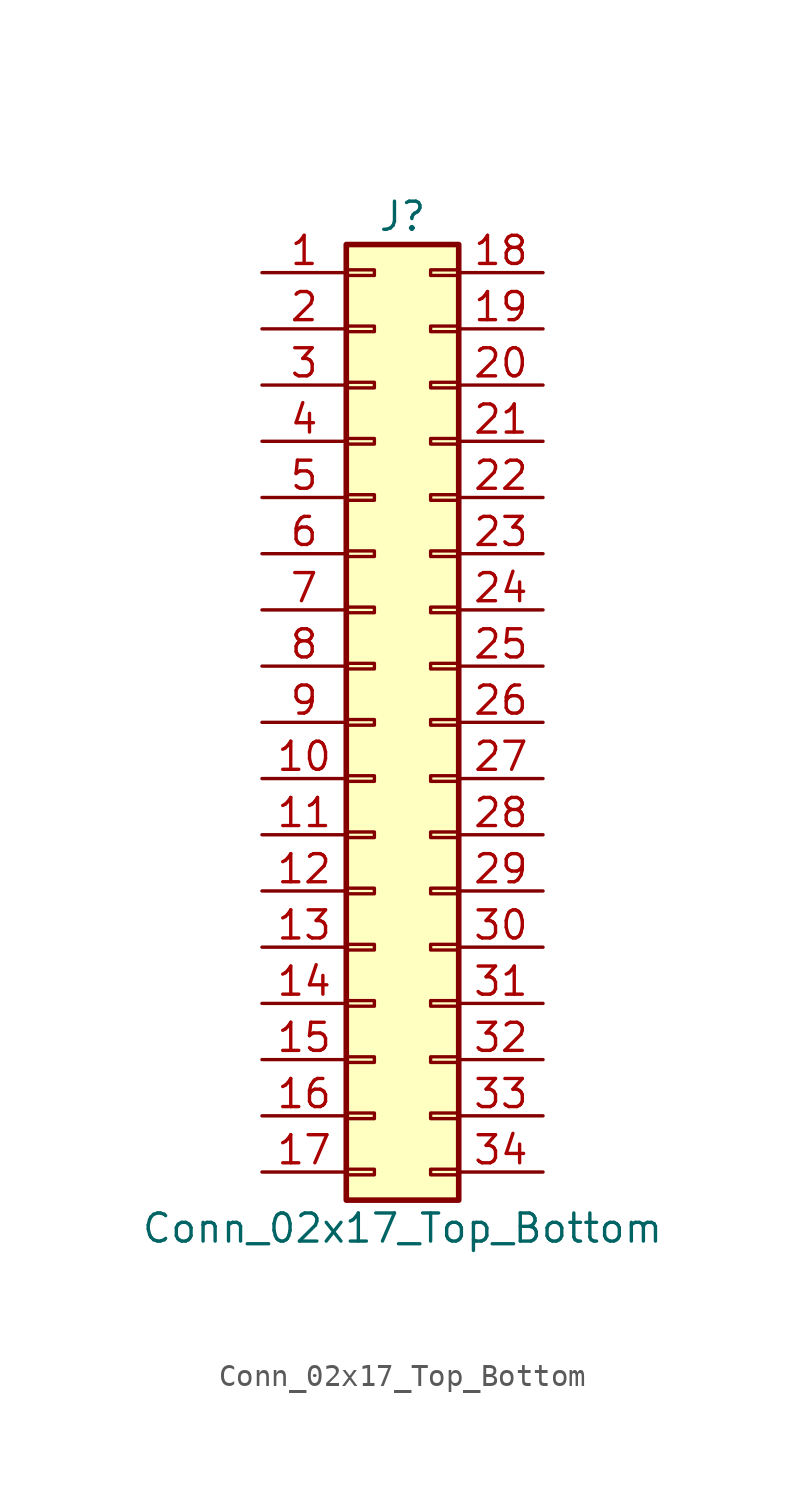
<source format=kicad_sym>
(kicad_symbol_lib
  (version 20211014)
  (generator kicad_symbol_editor)
  (symbol "Conn_02x17_Top_Bottom"
    (pin_names
      (offset 1.016) hide)
    (property "Reference" "J"
      (at 1.27 22.86 0)
      (effects (font (size 1.27 1.27))))
    (property "Value" "Conn_02x17_Top_Bottom"
      (at 1.27 -22.86 0)
      (effects (font (size 1.27 1.27))))
    (symbol "Conn_02x17_Top_Bottom_1_1"
      (rectangle (start -1.27 -20.193) (end 0 -20.447) (stroke (width 0.152) (type default) (color 0 0 0 0)) (fill (type none)))
      (rectangle (start -1.27 -17.653) (end 0 -17.907) (stroke (width 0.152) (type default) (color 0 0 0 0)) (fill (type none)))
      (rectangle (start -1.27 -15.113) (end 0 -15.367) (stroke (width 0.152) (type default) (color 0 0 0 0)) (fill (type none)))
      (rectangle (start -1.27 -12.573) (end 0 -12.827) (stroke (width 0.152) (type default) (color 0 0 0 0)) (fill (type none)))
      (rectangle (start -1.27 -10.033) (end 0 -10.287) (stroke (width 0.152) (type default) (color 0 0 0 0)) (fill (type none)))
      (rectangle (start -1.27 -7.493) (end 0 -7.747) (stroke (width 0.152) (type default) (color 0 0 0 0)) (fill (type none)))
      (rectangle (start -1.27 -4.953) (end 0 -5.207) (stroke (width 0.152) (type default) (color 0 0 0 0)) (fill (type none)))
      (rectangle (start -1.27 -2.413) (end 0 -2.667) (stroke (width 0.152) (type default) (color 0 0 0 0)) (fill (type none)))
      (rectangle (start -1.27 0.127) (end 0 -0.127) (stroke (width 0.152) (type default) (color 0 0 0 0)) (fill (type none)))
      (rectangle (start -1.27 2.667) (end 0 2.413) (stroke (width 0.152) (type default) (color 0 0 0 0)) (fill (type none)))
      (rectangle (start -1.27 5.207) (end 0 4.953) (stroke (width 0.152) (type default) (color 0 0 0 0)) (fill (type none)))
      (rectangle (start -1.27 7.747) (end 0 7.493) (stroke (width 0.152) (type default) (color 0 0 0 0)) (fill (type none)))
      (rectangle (start -1.27 10.287) (end 0 10.033) (stroke (width 0.152) (type default) (color 0 0 0 0)) (fill (type none)))
      (rectangle (start -1.27 12.827) (end 0 12.573) (stroke (width 0.152) (type default) (color 0 0 0 0)) (fill (type none)))
      (rectangle (start -1.27 15.367) (end 0 15.113) (stroke (width 0.152) (type default) (color 0 0 0 0)) (fill (type none)))
      (rectangle (start -1.27 17.907) (end 0 17.653) (stroke (width 0.152) (type default) (color 0 0 0 0)) (fill (type none)))
      (rectangle (start -1.27 20.447) (end 0 20.193) (stroke (width 0.152) (type default) (color 0 0 0 0)) (fill (type none)))
      (rectangle (start -1.27 21.59) (end 3.81 -21.59) (stroke (width 0.254) (type default) (color 0 0 0 0)) (fill (type background)))
      (rectangle (start 3.81 -20.193) (end 2.54 -20.447) (stroke (width 0.152) (type default) (color 0 0 0 0)) (fill (type none)))
      (rectangle (start 3.81 -17.653) (end 2.54 -17.907) (stroke (width 0.152) (type default) (color 0 0 0 0)) (fill (type none)))
      (rectangle (start 3.81 -15.113) (end 2.54 -15.367) (stroke (width 0.152) (type default) (color 0 0 0 0)) (fill (type none)))
      (rectangle (start 3.81 -12.573) (end 2.54 -12.827) (stroke (width 0.152) (type default) (color 0 0 0 0)) (fill (type none)))
      (rectangle (start 3.81 -10.033) (end 2.54 -10.287) (stroke (width 0.152) (type default) (color 0 0 0 0)) (fill (type none)))
      (rectangle (start 3.81 -7.493) (end 2.54 -7.747) (stroke (width 0.152) (type default) (color 0 0 0 0)) (fill (type none)))
      (rectangle (start 3.81 -4.953) (end 2.54 -5.207) (stroke (width 0.152) (type default) (color 0 0 0 0)) (fill (type none)))
      (rectangle (start 3.81 -2.413) (end 2.54 -2.667) (stroke (width 0.152) (type default) (color 0 0 0 0)) (fill (type none)))
      (rectangle (start 3.81 0.127) (end 2.54 -0.127) (stroke (width 0.152) (type default) (color 0 0 0 0)) (fill (type none)))
      (rectangle (start 3.81 2.667) (end 2.54 2.413) (stroke (width 0.152) (type default) (color 0 0 0 0)) (fill (type none)))
      (rectangle (start 3.81 5.207) (end 2.54 4.953) (stroke (width 0.152) (type default) (color 0 0 0 0)) (fill (type none)))
      (rectangle (start 3.81 7.747) (end 2.54 7.493) (stroke (width 0.152) (type default) (color 0 0 0 0)) (fill (type none)))
      (rectangle (start 3.81 10.287) (end 2.54 10.033) (stroke (width 0.152) (type default) (color 0 0 0 0)) (fill (type none)))
      (rectangle (start 3.81 12.827) (end 2.54 12.573) (stroke (width 0.152) (type default) (color 0 0 0 0)) (fill (type none)))
      (rectangle (start 3.81 15.367) (end 2.54 15.113) (stroke (width 0.152) (type default) (color 0 0 0 0)) (fill (type none)))
      (rectangle (start 3.81 17.907) (end 2.54 17.653) (stroke (width 0.152) (type default) (color 0 0 0 0)) (fill (type none)))
      (rectangle (start 3.81 20.447) (end 2.54 20.193) (stroke (width 0.152) (type default) (color 0 0 0 0)) (fill (type none)))
      (pin passive line (at -5.08 20.32 0) (length 3.81) (name "Pin_1" (effects (font (size 1.27 1.27)))) (number "1" (effects (font (size 1.27 1.27)))))
      (pin passive line (at -5.08 -2.54 0) (length 3.81) (name "Pin_10" (effects (font (size 1.27 1.27)))) (number "10" (effects (font (size 1.27 1.27)))))
      (pin passive line (at -5.08 -5.08 0) (length 3.81) (name "Pin_11" (effects (font (size 1.27 1.27)))) (number "11" (effects (font (size 1.27 1.27)))))
      (pin passive line (at -5.08 -7.62 0) (length 3.81) (name "Pin_12" (effects (font (size 1.27 1.27)))) (number "12" (effects (font (size 1.27 1.27)))))
      (pin passive line (at -5.08 -10.16 0) (length 3.81) (name "Pin_13" (effects (font (size 1.27 1.27)))) (number "13" (effects (font (size 1.27 1.27)))))
      (pin passive line (at -5.08 -12.7 0) (length 3.81) (name "Pin_14" (effects (font (size 1.27 1.27)))) (number "14" (effects (font (size 1.27 1.27)))))
      (pin passive line (at -5.08 -15.24 0) (length 3.81) (name "Pin_15" (effects (font (size 1.27 1.27)))) (number "15" (effects (font (size 1.27 1.27)))))
      (pin passive line (at -5.08 -17.78 0) (length 3.81) (name "Pin_16" (effects (font (size 1.27 1.27)))) (number "16" (effects (font (size 1.27 1.27)))))
      (pin passive line (at -5.08 -20.32 0) (length 3.81) (name "Pin_17" (effects (font (size 1.27 1.27)))) (number "17" (effects (font (size 1.27 1.27)))))
      (pin passive line (at 7.62 20.32 180) (length 3.81) (name "Pin_18" (effects (font (size 1.27 1.27)))) (number "18" (effects (font (size 1.27 1.27)))))
      (pin passive line (at 7.62 17.78 180) (length 3.81) (name "Pin_19" (effects (font (size 1.27 1.27)))) (number "19" (effects (font (size 1.27 1.27)))))
      (pin passive line (at -5.08 17.78 0) (length 3.81) (name "Pin_2" (effects (font (size 1.27 1.27)))) (number "2" (effects (font (size 1.27 1.27)))))
      (pin passive line (at 7.62 15.24 180) (length 3.81) (name "Pin_20" (effects (font (size 1.27 1.27)))) (number "20" (effects (font (size 1.27 1.27)))))
      (pin passive line (at 7.62 12.7 180) (length 3.81) (name "Pin_21" (effects (font (size 1.27 1.27)))) (number "21" (effects (font (size 1.27 1.27)))))
      (pin passive line (at 7.62 10.16 180) (length 3.81) (name "Pin_22" (effects (font (size 1.27 1.27)))) (number "22" (effects (font (size 1.27 1.27)))))
      (pin passive line (at 7.62 7.62 180) (length 3.81) (name "Pin_23" (effects (font (size 1.27 1.27)))) (number "23" (effects (font (size 1.27 1.27)))))
      (pin passive line (at 7.62 5.08 180) (length 3.81) (name "Pin_24" (effects (font (size 1.27 1.27)))) (number "24" (effects (font (size 1.27 1.27)))))
      (pin passive line (at 7.62 2.54 180) (length 3.81) (name "Pin_25" (effects (font (size 1.27 1.27)))) (number "25" (effects (font (size 1.27 1.27)))))
      (pin passive line (at 7.62 0 180) (length 3.81) (name "Pin_26" (effects (font (size 1.27 1.27)))) (number "26" (effects (font (size 1.27 1.27)))))
      (pin passive line (at 7.62 -2.54 180) (length 3.81) (name "Pin_27" (effects (font (size 1.27 1.27)))) (number "27" (effects (font (size 1.27 1.27)))))
      (pin passive line (at 7.62 -5.08 180) (length 3.81) (name "Pin_28" (effects (font (size 1.27 1.27)))) (number "28" (effects (font (size 1.27 1.27)))))
      (pin passive line (at 7.62 -7.62 180) (length 3.81) (name "Pin_29" (effects (font (size 1.27 1.27)))) (number "29" (effects (font (size 1.27 1.27)))))
      (pin passive line (at -5.08 15.24 0) (length 3.81) (name "Pin_3" (effects (font (size 1.27 1.27)))) (number "3" (effects (font (size 1.27 1.27)))))
      (pin passive line (at 7.62 -10.16 180) (length 3.81) (name "Pin_30" (effects (font (size 1.27 1.27)))) (number "30" (effects (font (size 1.27 1.27)))))
      (pin passive line (at 7.62 -12.7 180) (length 3.81) (name "Pin_31" (effects (font (size 1.27 1.27)))) (number "31" (effects (font (size 1.27 1.27)))))
      (pin passive line (at 7.62 -15.24 180) (length 3.81) (name "Pin_32" (effects (font (size 1.27 1.27)))) (number "32" (effects (font (size 1.27 1.27)))))
      (pin passive line (at 7.62 -17.78 180) (length 3.81) (name "Pin_33" (effects (font (size 1.27 1.27)))) (number "33" (effects (font (size 1.27 1.27)))))
      (pin passive line (at 7.62 -20.32 180) (length 3.81) (name "Pin_34" (effects (font (size 1.27 1.27)))) (number "34" (effects (font (size 1.27 1.27)))))
      (pin passive line (at -5.08 12.7 0) (length 3.81) (name "Pin_4" (effects (font (size 1.27 1.27)))) (number "4" (effects (font (size 1.27 1.27)))))
      (pin passive line (at -5.08 10.16 0) (length 3.81) (name "Pin_5" (effects (font (size 1.27 1.27)))) (number "5" (effects (font (size 1.27 1.27)))))
      (pin passive line (at -5.08 7.62 0) (length 3.81) (name "Pin_6" (effects (font (size 1.27 1.27)))) (number "6" (effects (font (size 1.27 1.27)))))
      (pin passive line (at -5.08 5.08 0) (length 3.81) (name "Pin_7" (effects (font (size 1.27 1.27)))) (number "7" (effects (font (size 1.27 1.27)))))
      (pin passive line (at -5.08 2.54 0) (length 3.81) (name "Pin_8" (effects (font (size 1.27 1.27)))) (number "8" (effects (font (size 1.27 1.27)))))
      (pin passive line (at -5.08 0 0) (length 3.81) (name "Pin_9" (effects (font (size 1.27 1.27)))) (number "9" (effects (font (size 1.27 1.27))))))))
</source>
